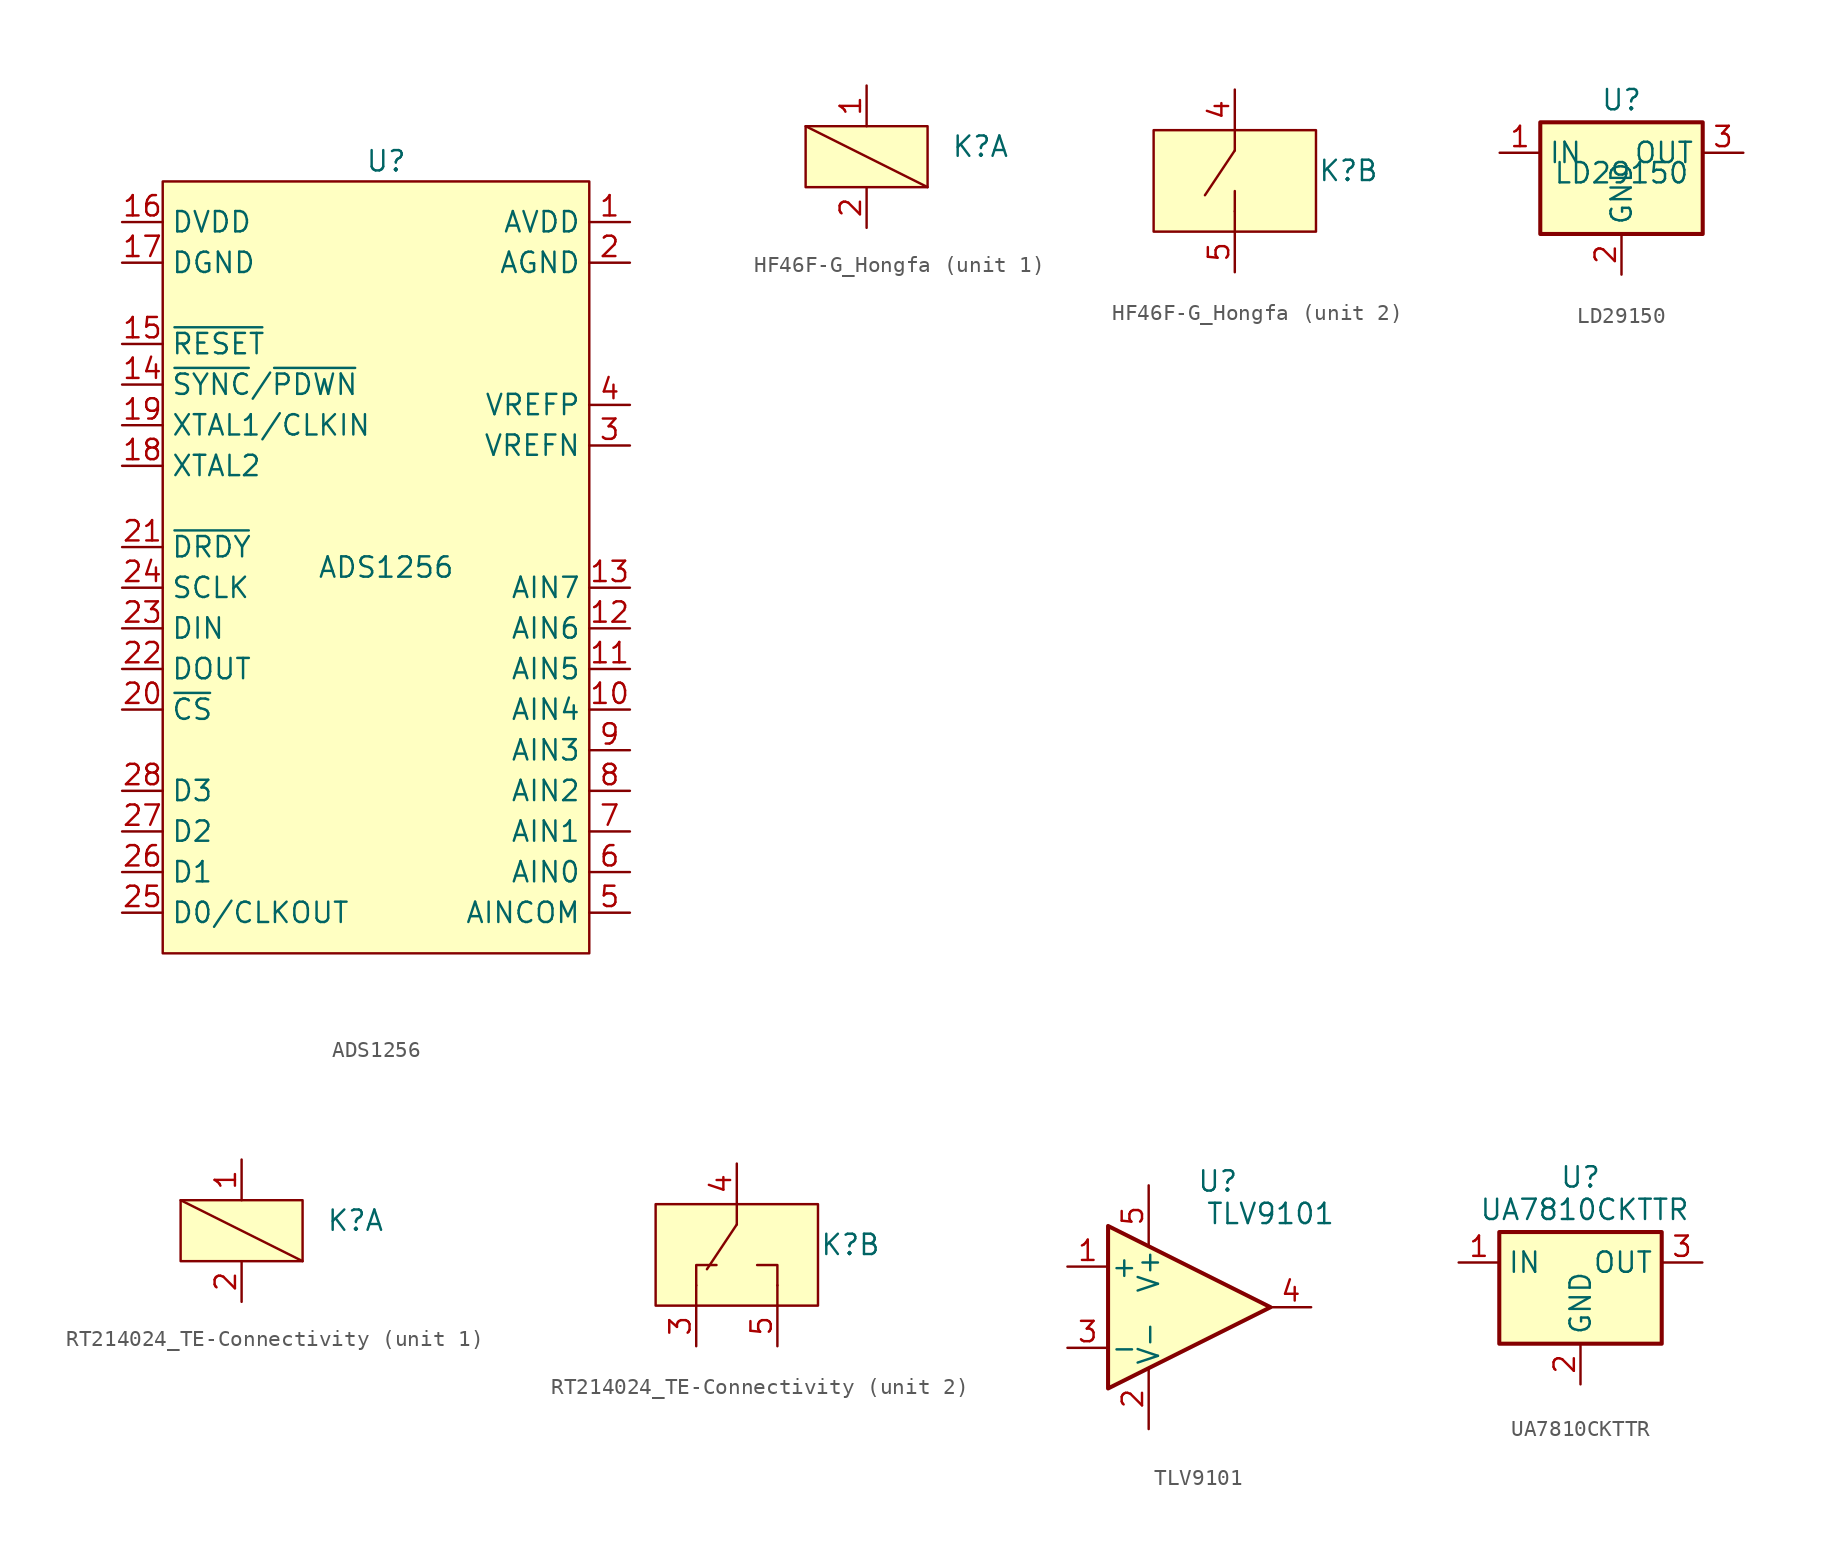
<source format=kicad_sym>
(kicad_symbol_lib
  (version 20241209)
  (generator "kicad_symbol_editor")
  (generator_version "9.0")
  (symbol "ADS1256"
    (property "Reference" "U"
      (at 0 25.4 0)
      (effects (font (size 1.27 1.27))))
    (property "Value" "ADS1256"
      (at 0 0 0)
      (effects (font (size 1.27 1.27))))
    (symbol "ADS1256_0_0"
      (pin power_in line (at -16.51 21.59 0) (length 2.54) (name "DVDD" (effects (font (size 1.27 1.27)))) (number "16" (effects (font (size 1.27 1.27)))))
      (pin power_in line (at -16.51 19.05 0) (length 2.54) (name "DGND" (effects (font (size 1.27 1.27)))) (number "17" (effects (font (size 1.27 1.27)))))
      (pin passive line (at -16.51 8.89 0) (length 2.54) (name "XTAL1/CLKIN" (effects (font (size 1.27 1.27)))) (number "19" (effects (font (size 1.27 1.27)))))
      (pin passive line (at -16.51 6.35 0) (length 2.54) (name "XTAL2" (effects (font (size 1.27 1.27)))) (number "18" (effects (font (size 1.27 1.27)))))
      (pin input line (at -16.51 -1.27 0) (length 2.54) (name "SCLK" (effects (font (size 1.27 1.27)))) (number "24" (effects (font (size 1.27 1.27)))))
      (pin input line (at -16.51 -3.81 0) (length 2.54) (name "DIN" (effects (font (size 1.27 1.27)))) (number "23" (effects (font (size 1.27 1.27)))))
      (pin output line (at -16.51 -6.35 0) (length 2.54) (name "DOUT" (effects (font (size 1.27 1.27)))) (number "22" (effects (font (size 1.27 1.27)))))
      (pin bidirectional line (at -16.51 -13.97 0) (length 2.54) (name "D3" (effects (font (size 1.27 1.27)))) (number "28" (effects (font (size 1.27 1.27)))))
      (pin bidirectional line (at -16.51 -16.51 0) (length 2.54) (name "D2" (effects (font (size 1.27 1.27)))) (number "27" (effects (font (size 1.27 1.27)))))
      (pin bidirectional line (at -16.51 -19.05 0) (length 2.54) (name "D1" (effects (font (size 1.27 1.27)))) (number "26" (effects (font (size 1.27 1.27)))))
      (pin bidirectional line (at -16.51 -21.59 0) (length 2.54) (name "D0/CLKOUT" (effects (font (size 1.27 1.27)))) (number "25" (effects (font (size 1.27 1.27)))))
      (pin power_in line (at 15.24 21.59 180) (length 2.54) (name "AVDD" (effects (font (size 1.27 1.27)))) (number "1" (effects (font (size 1.27 1.27)))))
      (pin power_in line (at 15.24 19.05 180) (length 2.54) (name "AGND" (effects (font (size 1.27 1.27)))) (number "2" (effects (font (size 1.27 1.27)))))
      (pin power_in line (at 15.24 10.16 180) (length 2.54) (name "VREFP" (effects (font (size 1.27 1.27)))) (number "4" (effects (font (size 1.27 1.27)))))
      (pin power_in line (at 15.24 7.62 180) (length 2.54) (name "VREFN" (effects (font (size 1.27 1.27)))) (number "3" (effects (font (size 1.27 1.27)))))
      (pin input line (at 15.24 -1.27 180) (length 2.54) (name "AIN7" (effects (font (size 1.27 1.27)))) (number "13" (effects (font (size 1.27 1.27)))))
      (pin input line (at 15.24 -3.81 180) (length 2.54) (name "AIN6" (effects (font (size 1.27 1.27)))) (number "12" (effects (font (size 1.27 1.27)))))
      (pin input line (at 15.24 -6.35 180) (length 2.54) (name "AIN5" (effects (font (size 1.27 1.27)))) (number "11" (effects (font (size 1.27 1.27)))))
      (pin input line (at 15.24 -8.89 180) (length 2.54) (name "AIN4" (effects (font (size 1.27 1.27)))) (number "10" (effects (font (size 1.27 1.27)))))
      (pin input line (at 15.24 -11.43 180) (length 2.54) (name "AIN3" (effects (font (size 1.27 1.27)))) (number "9" (effects (font (size 1.27 1.27)))))
      (pin input line (at 15.24 -13.97 180) (length 2.54) (name "AIN2" (effects (font (size 1.27 1.27)))) (number "8" (effects (font (size 1.27 1.27)))))
      (pin input line (at 15.24 -16.51 180) (length 2.54) (name "AIN1" (effects (font (size 1.27 1.27)))) (number "7" (effects (font (size 1.27 1.27)))))
      (pin input line (at 15.24 -19.05 180) (length 2.54) (name "AIN0" (effects (font (size 1.27 1.27)))) (number "6" (effects (font (size 1.27 1.27)))))
      (pin output line (at 15.24 -21.59 180) (length 2.54) (name "AINCOM" (effects (font (size 1.27 1.27)))) (number "5" (effects (font (size 1.27 1.27))))))
    (symbol "ADS1256_1_0"
      (pin input line (at -16.51 13.97 0) (length 2.54) (name "~{RESET}" (effects (font (size 1.27 1.27)))) (number "15" (effects (font (size 1.27 1.27)))))
      (pin input line (at -16.51 11.43 0) (length 2.54) (name "~{SYNC}/~{PDWN}" (effects (font (size 1.27 1.27)))) (number "14" (effects (font (size 1.27 1.27)))))
      (pin output line (at -16.51 1.27 0) (length 2.54) (name "~{DRDY}" (effects (font (size 1.27 1.27)))) (number "21" (effects (font (size 1.27 1.27)))))
      (pin input line (at -16.51 -8.89 0) (length 2.54) (name "~{CS}" (effects (font (size 1.27 1.27)))) (number "20" (effects (font (size 1.27 1.27))))))
    (symbol "ADS1256_1_1"
      (rectangle (start -13.97 24.13) (end 12.7 -24.13) (stroke (width 0) (type solid)) (fill (type background)))))
  (symbol "HF46F-G_Hongfa"
    (pin_names
      (hide yes))
    (property "Reference" "K"
      (at 7.112 0 0)
      (effects (font (size 1.27 1.27))))
    (property "ki_locked" ""
      (at 0 0 0)
      (effects (font (size 1.27 1.27))))
    (symbol "HF46F-G_Hongfa_1_1"
      (rectangle (start -3.81 1.27) (end 3.81 -2.54) (stroke (width 0) (type solid)) (fill (type background)))
      (polyline (pts (xy -3.81 1.27) (xy 3.81 -2.54)) (stroke (width 0) (type default)) (fill (type none)))
      (pin input line (at 0 3.81 270) (length 2.54) (name "1" (effects (font (size 1.27 1.27)))) (number "1" (effects (font (size 1.27 1.27)))))
      (pin input line (at 0 -5.08 90) (length 2.54) (name "2" (effects (font (size 1.27 1.27)))) (number "2" (effects (font (size 1.27 1.27))))))
    (symbol "HF46F-G_Hongfa_2_1"
      (rectangle (start -5.08 2.54) (end 5.08 -3.81) (stroke (width 0) (type solid)) (fill (type background)))
      (polyline (pts (xy 0 2.54) (xy 0 1.27)) (stroke (width 0) (type default)) (fill (type none)))
      (polyline (pts (xy 0 1.27) (xy -1.869 -1.532)) (stroke (width 0) (type default)) (fill (type none)))
      (polyline (pts (xy 0 -2.54) (xy 0 -1.27) (xy 0 -1.27)) (stroke (width 0) (type default)) (fill (type none)))
      (polyline (pts (xy 0 -3.81) (xy 0 -2.54)) (stroke (width 0) (type default)) (fill (type none)))
      (pin input line (at 0 5.08 270) (length 2.54) (name "COM" (effects (font (size 1.27 1.27)))) (number "4" (effects (font (size 1.27 1.27)))))
      (pin input line (at 0 -6.35 90) (length 2.54) (name "NO" (effects (font (size 1.27 1.27)))) (number "5" (effects (font (size 1.27 1.27)))))))
  (symbol "LD29150"
    (property "Reference" "U"
      (at 0 4.572 0)
      (effects (font (size 1.27 1.27))))
    (property "Value" "LD29150"
      (at 0 0 0)
      (effects (font (size 1.27 1.27))))
    (symbol "LD29150_0_1"
      (rectangle (start -5.08 3.175) (end 5.08 -3.81) (stroke (width 0.254) (type default)) (fill (type background))))
    (symbol "LD29150_1_1"
      (pin power_in line (at -7.62 1.27 0) (length 2.54) (name "IN" (effects (font (size 1.27 1.27)))) (number "1" (effects (font (size 1.27 1.27)))))
      (pin power_in line (at 0 -6.35 90) (length 2.54) (name "GND" (effects (font (size 1.27 1.27)))) (number "2" (effects (font (size 1.27 1.27)))))
      (pin power_out line (at 7.62 1.27 180) (length 2.54) (name "OUT" (effects (font (size 1.27 1.27)))) (number "3" (effects (font (size 1.27 1.27)))))))
  (symbol "RT214024_TE-Connectivity"
    (pin_names
      (hide yes))
    (property "Reference" "K"
      (at 7.112 0 0)
      (effects (font (size 1.27 1.27))))
    (property "ki_locked" ""
      (at 0 0 0)
      (effects (font (size 1.27 1.27))))
    (symbol "RT214024_TE-Connectivity_1_1"
      (rectangle (start -3.81 1.27) (end 3.81 -2.54) (stroke (width 0) (type solid)) (fill (type background)))
      (polyline (pts (xy -3.81 1.27) (xy 3.81 -2.54)) (stroke (width 0) (type default)) (fill (type none)))
      (pin input line (at 0 3.81 270) (length 2.54) (name "1" (effects (font (size 1.27 1.27)))) (number "1" (effects (font (size 1.27 1.27)))))
      (pin input line (at 0 -5.08 90) (length 2.54) (name "2" (effects (font (size 1.27 1.27)))) (number "2" (effects (font (size 1.27 1.27))))))
    (symbol "RT214024_TE-Connectivity_2_1"
      (rectangle (start -5.08 2.54) (end 5.08 -3.81) (stroke (width 0) (type solid)) (fill (type background)))
      (polyline (pts (xy -2.54 -2.54) (xy -2.54 -1.27) (xy -1.27 -1.27)) (stroke (width 0) (type default)) (fill (type none)))
      (polyline (pts (xy -2.54 -3.81) (xy -2.54 -2.54)) (stroke (width 0) (type default)) (fill (type none)))
      (polyline (pts (xy 0 2.54) (xy 0 1.27)) (stroke (width 0) (type default)) (fill (type none)))
      (polyline (pts (xy 0 1.27) (xy -1.869 -1.532)) (stroke (width 0) (type default)) (fill (type none)))
      (polyline (pts (xy 2.54 -2.54) (xy 2.54 -1.27) (xy 1.27 -1.27)) (stroke (width 0) (type default)) (fill (type none)))
      (polyline (pts (xy 2.54 -3.81) (xy 2.54 -2.54)) (stroke (width 0) (type default)) (fill (type none)))
      (pin input line (at -2.54 -6.35 90) (length 2.54) (name "NC" (effects (font (size 1.27 1.27)))) (number "3" (effects (font (size 1.27 1.27)))))
      (pin input line (at 0 5.08 270) (length 2.54) (name "COM" (effects (font (size 1.27 1.27)))) (number "4" (effects (font (size 1.27 1.27)))))
      (pin input line (at 2.54 -6.35 90) (length 2.54) (name "NO" (effects (font (size 1.27 1.27)))) (number "5" (effects (font (size 1.27 1.27)))))))
  (symbol "TLV9101"
    (pin_names
      (offset 0.127))
    (property "Reference" "U"
      (at 4.318 7.874 0)
      (effects (font (size 1.27 1.27))))
    (property "Value" "TLV9101"
      (at 7.62 5.842 0)
      (effects (font (size 1.27 1.27))))
    (symbol "TLV9101_0_1"
      (polyline (pts (xy -2.54 5.08) (xy -2.54 -5.08) (xy 7.62 0) (xy -2.54 5.08)) (stroke (width 0.254) (type default)) (fill (type background))))
    (symbol "TLV9101_1_1"
      (pin input line (at -5.08 2.54 0) (length 2.54) (name "+" (effects (font (size 1.27 1.27)))) (number "1" (effects (font (size 1.27 1.27)))))
      (pin input line (at -5.08 -2.54 0) (length 2.54) (name "-" (effects (font (size 1.27 1.27)))) (number "3" (effects (font (size 1.27 1.27)))))
      (pin power_in line (at 0 7.62 270) (length 3.81) (name "V+" (effects (font (size 1.27 1.27)))) (number "5" (effects (font (size 1.27 1.27)))))
      (pin power_in line (at 0 -7.62 90) (length 3.81) (name "V-" (effects (font (size 1.27 1.27)))) (number "2" (effects (font (size 1.27 1.27)))))
      (pin output line (at 10.16 0 180) (length 2.54) (name "~" (effects (font (size 1.27 1.27)))) (number "4" (effects (font (size 1.27 1.27)))))))
  (symbol "UA7810CKTTR"
    (property "Reference" "U"
      (at 0 6.604 0)
      (effects (font (size 1.27 1.27))))
    (property "Value" "UA7810CKTTR"
      (at 0.254 4.572 0)
      (effects (font (size 1.27 1.27))))
    (symbol "UA7810CKTTR_0_1"
      (rectangle (start -5.08 3.175) (end 5.08 -3.81) (stroke (width 0.254) (type default)) (fill (type background))))
    (symbol "UA7810CKTTR_1_1"
      (pin power_in line (at -7.62 1.27 0) (length 2.54) (name "IN" (effects (font (size 1.27 1.27)))) (number "1" (effects (font (size 1.27 1.27)))))
      (pin power_in line (at 0 -6.35 90) (length 2.54) (name "GND" (effects (font (size 1.27 1.27)))) (number "2" (effects (font (size 1.27 1.27)))))
      (pin power_in line (at 0 -6.35 90) (length 2.54) (hide yes) (name "GND" (effects (font (size 1.27 1.27)))) (number "4" (effects (font (size 1.27 1.27)))))
      (pin power_out line (at 7.62 1.27 180) (length 2.54) (name "OUT" (effects (font (size 1.27 1.27)))) (number "3" (effects (font (size 1.27 1.27))))))))
</source>
